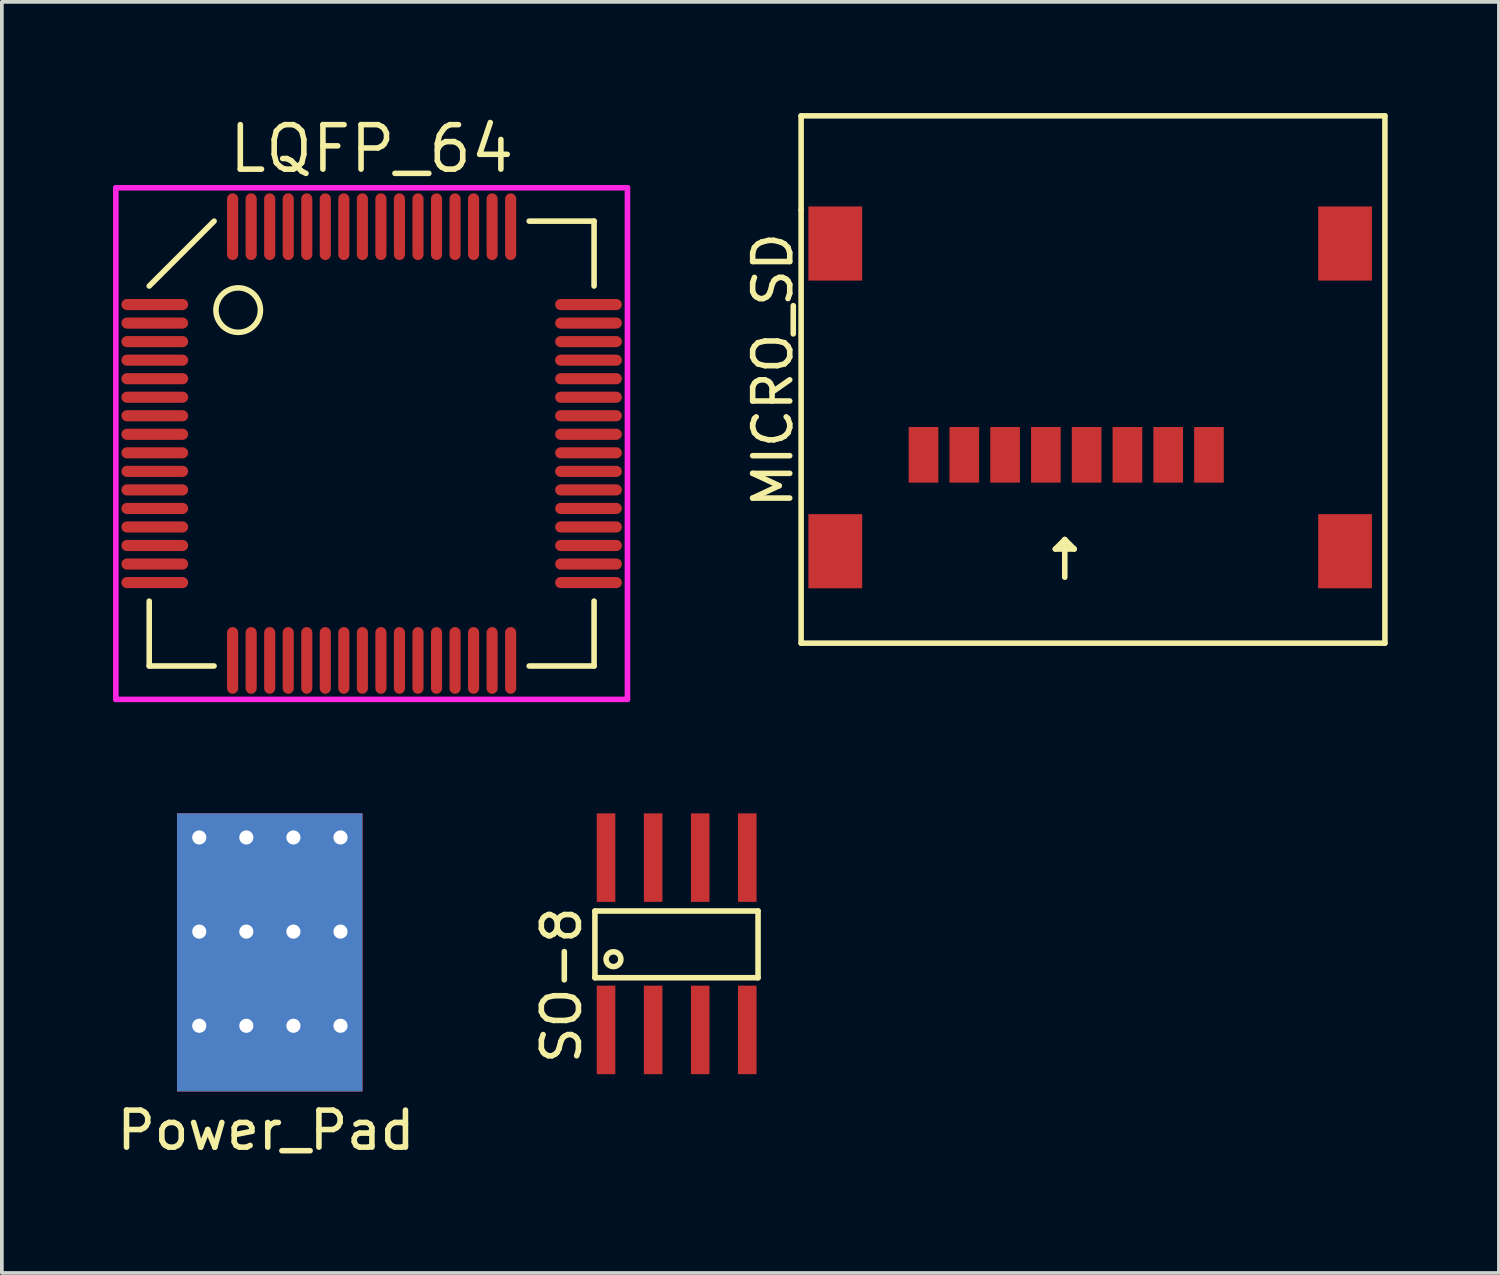
<source format=kicad_pcb>
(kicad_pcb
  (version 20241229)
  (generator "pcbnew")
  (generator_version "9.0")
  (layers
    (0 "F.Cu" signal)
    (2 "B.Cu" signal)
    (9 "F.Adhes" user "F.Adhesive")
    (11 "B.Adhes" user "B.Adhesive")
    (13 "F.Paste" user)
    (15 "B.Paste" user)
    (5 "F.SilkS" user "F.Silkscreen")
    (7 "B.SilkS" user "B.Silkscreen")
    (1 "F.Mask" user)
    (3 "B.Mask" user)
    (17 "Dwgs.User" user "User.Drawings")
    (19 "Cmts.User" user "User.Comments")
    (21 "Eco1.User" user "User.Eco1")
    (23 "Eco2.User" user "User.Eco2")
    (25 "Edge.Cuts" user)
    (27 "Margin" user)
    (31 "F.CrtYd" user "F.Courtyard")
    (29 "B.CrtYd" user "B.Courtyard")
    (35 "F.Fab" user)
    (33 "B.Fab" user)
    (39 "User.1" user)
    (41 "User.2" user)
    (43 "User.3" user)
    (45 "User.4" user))
  (footprint "Power_Pad"
    (layer "F.Cu")
    (at 4.225 22.64)
    (property "Reference" "Power_Pad" (at -0.1 4.8 0) (layer "F.SilkS") (effects (font (size 1 1) (thickness 0.15))))
    (attr through_hole)
    (pad "1" thru_hole circle (at -1.9 -3.1) (size 0.762 0.762) (drill 0.381) (layers "*.Cu" "*.Mask"))
    (pad "1" thru_hole circle (at -1.9 -0.56) (size 0.762 0.762) (drill 0.381) (layers "*.Cu" "*.Mask"))
    (pad "1" thru_hole circle (at -1.9 1.98) (size 0.762 0.762) (drill 0.381) (layers "*.Cu" "*.Mask"))
    (pad "1" thru_hole circle (at -0.63 -3.1) (size 0.762 0.762) (drill 0.381) (layers "*.Cu" "*.Mask"))
    (pad "1" thru_hole circle (at -0.63 -0.56) (size 0.762 0.762) (drill 0.381) (layers "*.Cu" "*.Mask"))
    (pad "1" thru_hole circle (at -0.63 1.98) (size 0.762 0.762) (drill 0.381) (layers "*.Cu" "*.Mask"))
    (pad "1" smd rect (at 0 0) (size 5 7.5) (layers "F.Cu" "F.Mask" "F.Paste"))
    (pad "1" smd rect (at 0 0) (size 5 7.5) (layers "F.Cu" "F.Mask" "F.Paste"))
    (pad "1" smd rect (at 0 0) (size 5 7.5) (layers "B.Cu" "B.Mask" "B.Paste"))
    (pad "1" thru_hole circle (at 0.64 -3.1) (size 0.762 0.762) (drill 0.381) (layers "*.Cu" "*.Mask"))
    (pad "1" thru_hole circle (at 0.64 -0.56) (size 0.762 0.762) (drill 0.381) (layers "*.Cu" "*.Mask"))
    (pad "1" thru_hole circle (at 0.64 1.98) (size 0.762 0.762) (drill 0.381) (layers "*.Cu" "*.Mask"))
    (pad "1" thru_hole circle (at 1.91 -3.1) (size 0.762 0.762) (drill 0.381) (layers "*.Cu" "*.Mask"))
    (pad "1" thru_hole circle (at 1.91 -0.56) (size 0.762 0.762) (drill 0.381) (layers "*.Cu" "*.Mask"))
    (pad "1" thru_hole circle (at 1.91 1.98) (size 0.762 0.762) (drill 0.381) (layers "*.Cu" "*.Mask")))
  (footprint "LQFP_64"
    (layer "F.Cu")
    (at 6.975 8.915)
    (property "Reference" "LQFP_64" (at 0 -7.95 0) (layer "F.SilkS") (effects (font (size 1.2 1.2) (thickness 0.15))))
    (attr through_hole)
    (fp_line (start -6 -4.25) (end -4.25 -6) (stroke (width 0.15) (type solid)) (layer "F.SilkS"))
    (fp_line (start -6 6) (end -6 4.25) (stroke (width 0.15) (type solid)) (layer "F.SilkS"))
    (fp_line (start -4.25 6) (end -6 6) (stroke (width 0.15) (type solid)) (layer "F.SilkS"))
    (fp_line (start 4.25 -6) (end 6 -6) (stroke (width 0.15) (type solid)) (layer "F.SilkS"))
    (fp_line (start 4.25 6) (end 6 6) (stroke (width 0.15) (type solid)) (layer "F.SilkS"))
    (fp_line (start 6 -6) (end 6 -4.25) (stroke (width 0.15) (type solid)) (layer "F.SilkS"))
    (fp_line (start 6 6) (end 6 4.25) (stroke (width 0.15) (type solid)) (layer "F.SilkS"))
    (fp_circle (center -3.6 -3.6) (end -3 -3.6) (stroke (width 0.15) (type solid)) (fill no) (layer "F.SilkS"))
    (fp_line (start -6.9 -6.9) (end 6.9 -6.9) (stroke (width 0.15) (type solid)) (layer "F.CrtYd"))
    (fp_line (start -6.9 6.9) (end -6.9 -6.9) (stroke (width 0.15) (type solid)) (layer "F.CrtYd"))
    (fp_line (start 6.9 -6.9) (end 6.9 6.9) (stroke (width 0.15) (type solid)) (layer "F.CrtYd"))
    (fp_line (start 6.9 6.9) (end -6.9 6.9) (stroke (width 0.15) (type solid)) (layer "F.CrtYd"))
    (pad "1" smd oval (at -5.85 -3.75 90) (size 0.3 1.8) (layers "F.Cu" "F.Mask" "F.Paste"))
    (pad "2" smd oval (at -5.85 -3.25 90) (size 0.3 1.8) (layers "F.Cu" "F.Mask" "F.Paste"))
    (pad "3" smd oval (at -5.85 -2.75 90) (size 0.3 1.8) (layers "F.Cu" "F.Mask" "F.Paste"))
    (pad "4" smd oval (at -5.85 -2.25 90) (size 0.3 1.8) (layers "F.Cu" "F.Mask" "F.Paste"))
    (pad "5" smd oval (at -5.85 -1.75 90) (size 0.3 1.8) (layers "F.Cu" "F.Mask" "F.Paste"))
    (pad "6" smd oval (at -5.85 -1.25 90) (size 0.3 1.8) (layers "F.Cu" "F.Mask" "F.Paste"))
    (pad "7" smd oval (at -5.85 -0.75 90) (size 0.3 1.8) (layers "F.Cu" "F.Mask" "F.Paste"))
    (pad "8" smd oval (at -5.85 -0.25 90) (size 0.3 1.8) (layers "F.Cu" "F.Mask" "F.Paste"))
    (pad "9" smd oval (at -5.85 0.25 90) (size 0.3 1.8) (layers "F.Cu" "F.Mask" "F.Paste"))
    (pad "10" smd oval (at -5.85 0.75 90) (size 0.3 1.8) (layers "F.Cu" "F.Mask" "F.Paste"))
    (pad "11" smd oval (at -5.85 1.25 90) (size 0.3 1.8) (layers "F.Cu" "F.Mask" "F.Paste"))
    (pad "12" smd oval (at -5.85 1.75 90) (size 0.3 1.8) (layers "F.Cu" "F.Mask" "F.Paste"))
    (pad "13" smd oval (at -5.85 2.25 90) (size 0.3 1.8) (layers "F.Cu" "F.Mask" "F.Paste"))
    (pad "14" smd oval (at -5.85 2.75 90) (size 0.3 1.8) (layers "F.Cu" "F.Mask" "F.Paste"))
    (pad "15" smd oval (at -5.85 3.25 90) (size 0.3 1.8) (layers "F.Cu" "F.Mask" "F.Paste"))
    (pad "16" smd oval (at -5.85 3.75 90) (size 0.3 1.8) (layers "F.Cu" "F.Mask" "F.Paste"))
    (pad "17" smd oval (at -3.75 5.85) (size 0.3 1.8) (layers "F.Cu" "F.Mask" "F.Paste"))
    (pad "18" smd oval (at -3.25 5.85) (size 0.3 1.8) (layers "F.Cu" "F.Mask" "F.Paste"))
    (pad "19" smd oval (at -2.75 5.85) (size 0.3 1.8) (layers "F.Cu" "F.Mask" "F.Paste"))
    (pad "20" smd oval (at -2.25 5.85) (size 0.3 1.8) (layers "F.Cu" "F.Mask" "F.Paste"))
    (pad "21" smd oval (at -1.75 5.85) (size 0.3 1.8) (layers "F.Cu" "F.Mask" "F.Paste"))
    (pad "22" smd oval (at -1.25 5.85) (size 0.3 1.8) (layers "F.Cu" "F.Mask" "F.Paste"))
    (pad "23" smd oval (at -0.75 5.85) (size 0.3 1.8) (layers "F.Cu" "F.Mask" "F.Paste"))
    (pad "24" smd oval (at -0.25 5.85) (size 0.3 1.8) (layers "F.Cu" "F.Mask" "F.Paste"))
    (pad "25" smd oval (at 0.25 5.85) (size 0.3 1.8) (layers "F.Cu" "F.Mask" "F.Paste"))
    (pad "26" smd oval (at 0.75 5.85) (size 0.3 1.8) (layers "F.Cu" "F.Mask" "F.Paste"))
    (pad "27" smd oval (at 1.25 5.85) (size 0.3 1.8) (layers "F.Cu" "F.Mask" "F.Paste"))
    (pad "28" smd oval (at 1.75 5.85) (size 0.3 1.8) (layers "F.Cu" "F.Mask" "F.Paste"))
    (pad "29" smd oval (at 2.25 5.85) (size 0.3 1.8) (layers "F.Cu" "F.Mask" "F.Paste"))
    (pad "30" smd oval (at 2.75 5.85) (size 0.3 1.8) (layers "F.Cu" "F.Mask" "F.Paste"))
    (pad "31" smd oval (at 3.25 5.85) (size 0.3 1.8) (layers "F.Cu" "F.Mask" "F.Paste"))
    (pad "32" smd oval (at 3.75 5.85) (size 0.3 1.8) (layers "F.Cu" "F.Mask" "F.Paste"))
    (pad "33" smd oval (at 5.85 3.75 90) (size 0.3 1.8) (layers "F.Cu" "F.Mask" "F.Paste"))
    (pad "34" smd oval (at 5.85 3.25 90) (size 0.3 1.8) (layers "F.Cu" "F.Mask" "F.Paste"))
    (pad "35" smd oval (at 5.85 2.75 90) (size 0.3 1.8) (layers "F.Cu" "F.Mask" "F.Paste"))
    (pad "36" smd oval (at 5.85 2.25 90) (size 0.3 1.8) (layers "F.Cu" "F.Mask" "F.Paste"))
    (pad "37" smd oval (at 5.85 1.75 90) (size 0.3 1.8) (layers "F.Cu" "F.Mask" "F.Paste"))
    (pad "38" smd oval (at 5.85 1.25 90) (size 0.3 1.8) (layers "F.Cu" "F.Mask" "F.Paste"))
    (pad "39" smd oval (at 5.85 0.75 90) (size 0.3 1.8) (layers "F.Cu" "F.Mask" "F.Paste"))
    (pad "40" smd oval (at 5.85 0.25 90) (size 0.3 1.8) (layers "F.Cu" "F.Mask" "F.Paste"))
    (pad "41" smd oval (at 5.85 -0.25 90) (size 0.3 1.8) (layers "F.Cu" "F.Mask" "F.Paste"))
    (pad "42" smd oval (at 5.85 -0.75 90) (size 0.3 1.8) (layers "F.Cu" "F.Mask" "F.Paste"))
    (pad "43" smd oval (at 5.85 -1.25 90) (size 0.3 1.8) (layers "F.Cu" "F.Mask" "F.Paste"))
    (pad "44" smd oval (at 5.85 -1.75 90) (size 0.3 1.8) (layers "F.Cu" "F.Mask" "F.Paste"))
    (pad "45" smd oval (at 5.85 -2.25 90) (size 0.3 1.8) (layers "F.Cu" "F.Mask" "F.Paste"))
    (pad "46" smd oval (at 5.85 -2.75 90) (size 0.3 1.8) (layers "F.Cu" "F.Mask" "F.Paste"))
    (pad "47" smd oval (at 5.85 -3.25 90) (size 0.3 1.8) (layers "F.Cu" "F.Mask" "F.Paste"))
    (pad "48" smd oval (at 5.85 -3.75 90) (size 0.3 1.8) (layers "F.Cu" "F.Mask" "F.Paste"))
    (pad "49" smd oval (at 3.75 -5.85) (size 0.3 1.8) (layers "F.Cu" "F.Mask" "F.Paste"))
    (pad "50" smd oval (at 3.25 -5.85) (size 0.3 1.8) (layers "F.Cu" "F.Mask" "F.Paste"))
    (pad "51" smd oval (at 2.75 -5.85) (size 0.3 1.8) (layers "F.Cu" "F.Mask" "F.Paste"))
    (pad "52" smd oval (at 2.25 -5.85) (size 0.3 1.8) (layers "F.Cu" "F.Mask" "F.Paste"))
    (pad "53" smd oval (at 1.75 -5.85) (size 0.3 1.8) (layers "F.Cu" "F.Mask" "F.Paste"))
    (pad "54" smd oval (at 1.25 -5.85) (size 0.3 1.8) (layers "F.Cu" "F.Mask" "F.Paste"))
    (pad "55" smd oval (at 0.75 -5.85) (size 0.3 1.8) (layers "F.Cu" "F.Mask" "F.Paste"))
    (pad "56" smd oval (at 0.25 -5.85) (size 0.3 1.8) (layers "F.Cu" "F.Mask" "F.Paste"))
    (pad "57" smd oval (at -0.25 -5.85) (size 0.3 1.8) (layers "F.Cu" "F.Mask" "F.Paste"))
    (pad "58" smd oval (at -0.75 -5.85) (size 0.3 1.8) (layers "F.Cu" "F.Mask" "F.Paste"))
    (pad "59" smd oval (at -1.25 -5.85) (size 0.3 1.8) (layers "F.Cu" "F.Mask" "F.Paste"))
    (pad "60" smd oval (at -1.75 -5.85) (size 0.3 1.8) (layers "F.Cu" "F.Mask" "F.Paste"))
    (pad "61" smd oval (at -2.25 -5.85) (size 0.3 1.8) (layers "F.Cu" "F.Mask" "F.Paste"))
    (pad "62" smd oval (at -2.75 -5.85) (size 0.3 1.8) (layers "F.Cu" "F.Mask" "F.Paste"))
    (pad "63" smd oval (at -3.25 -5.85) (size 0.3 1.8) (layers "F.Cu" "F.Mask" "F.Paste"))
    (pad "64" smd oval (at -3.75 -5.85) (size 0.3 1.8) (layers "F.Cu" "F.Mask" "F.Paste")))
  (footprint "MICRO_SD"
    (layer "F.Cu")
    (at 21.862 9.219)
    (property "Reference" "MICRO_SD" (at -4.064 -2.286 90) (layer "F.SilkS") (effects (font (size 1 1) (thickness 0.15))))
    (attr through_hole)
    (fp_line (start -3.302 -9.144) (end -3.302 -6.604) (stroke (width 0.15) (type solid)) (layer "F.SilkS"))
    (fp_line (start -3.302 -6.604) (end -3.302 5.08) (stroke (width 0.15) (type solid)) (layer "F.SilkS"))
    (fp_line (start -3.302 5.08) (end 12.446 5.08) (stroke (width 0.15) (type solid)) (layer "F.SilkS"))
    (fp_line (start 3.556 2.54) (end 4.064 2.54) (stroke (width 0.15) (type solid)) (layer "F.SilkS"))
    (fp_line (start 3.81 2.286) (end 3.556 2.54) (stroke (width 0.15) (type solid)) (layer "F.SilkS"))
    (fp_line (start 3.81 3.302) (end 3.81 2.286) (stroke (width 0.15) (type solid)) (layer "F.SilkS"))
    (fp_line (start 4.064 2.54) (end 3.81 2.286) (stroke (width 0.15) (type solid)) (layer "F.SilkS"))
    (fp_line (start 12.446 -9.144) (end -3.302 -9.144) (stroke (width 0.15) (type solid)) (layer "F.SilkS"))
    (fp_line (start 12.446 5.08) (end 12.446 -9.144) (stroke (width 0.15) (type solid)) (layer "F.SilkS"))
    (pad "1" smd rect (at 7.7 0) (size 0.8 1.5) (layers "F.Cu" "F.Mask" "F.Paste"))
    (pad "2" smd rect (at 6.6 0) (size 0.8 1.5) (layers "F.Cu" "F.Mask" "F.Paste"))
    (pad "3" smd rect (at 5.5 0) (size 0.8 1.5) (layers "F.Cu" "F.Mask" "F.Paste"))
    (pad "4" smd rect (at 4.4 0) (size 0.8 1.5) (layers "F.Cu" "F.Mask" "F.Paste"))
    (pad "5" smd rect (at 3.3 0) (size 0.8 1.5) (layers "F.Cu" "F.Mask" "F.Paste"))
    (pad "6" smd rect (at 2.2 0) (size 0.8 1.5) (layers "F.Cu" "F.Mask" "F.Paste"))
    (pad "7" smd rect (at 1.1 0) (size 0.8 1.5) (layers "F.Cu" "F.Mask" "F.Paste"))
    (pad "8" smd rect (at 0 0) (size 0.8 1.5) (layers "F.Cu" "F.Mask" "F.Paste"))
    (pad "9" smd rect (at -2.38 -5.7) (size 1.45 2) (layers "F.Cu" "F.Mask" "F.Paste"))
    (pad "9" smd rect (at -2.38 2.6) (size 1.45 2) (layers "F.Cu" "F.Mask" "F.Paste"))
    (pad "9" smd rect (at 11.37 -5.7) (size 1.45 2) (layers "F.Cu" "F.Mask" "F.Paste"))
    (pad "9" smd rect (at 11.37 2.6) (size 1.45 2) (layers "F.Cu" "F.Mask" "F.Paste")))
  (footprint "SO-8"
    (layer "F.Cu")
    (at 13.298 22.624)
    (property "Reference" "SO-8" (at -1.2 0.9 90) (layer "F.SilkS") (effects (font (size 1 1) (thickness 0.15))))
    (attr through_hole)
    (fp_line (start -0.3 -1.1) (end 4.1 -1.1) (stroke (width 0.15) (type solid)) (layer "F.SilkS"))
    (fp_line (start -0.3 0.7) (end -0.3 -1.1) (stroke (width 0.15) (type solid)) (layer "F.SilkS"))
    (fp_line (start 4.1 -1.1) (end 4.1 0.7) (stroke (width 0.15) (type solid)) (layer "F.SilkS"))
    (fp_line (start 4.1 0.7) (end -0.3 0.7) (stroke (width 0.15) (type solid)) (layer "F.SilkS"))
    (fp_circle (center 0.2 0.2) (end 0.2 0.4) (stroke (width 0.15) (type solid)) (fill no) (layer "F.SilkS"))
    (pad "1" smd rect (at 0 2.108) (size 0.5 2.388) (layers "F.Cu" "F.Mask" "F.Paste"))
    (pad "2" smd rect (at 1.27 2.108) (size 0.5 2.388) (layers "F.Cu" "F.Mask" "F.Paste"))
    (pad "3" smd rect (at 2.54 2.108) (size 0.5 2.388) (layers "F.Cu" "F.Mask" "F.Paste"))
    (pad "4" smd rect (at 3.81 2.108) (size 0.5 2.388) (layers "F.Cu" "F.Mask" "F.Paste"))
    (pad "5" smd rect (at 3.81 -2.54) (size 0.5 2.388) (layers "F.Cu" "F.Mask" "F.Paste"))
    (pad "6" smd rect (at 2.54 -2.54) (size 0.5 2.388) (layers "F.Cu" "F.Mask" "F.Paste"))
    (pad "7" smd rect (at 1.27 -2.54) (size 0.5 2.388) (layers "F.Cu" "F.Mask" "F.Paste"))
    (pad "8" smd rect (at 0 -2.54) (size 0.5 2.388) (layers "F.Cu" "F.Mask" "F.Paste")))
  (gr_rect
    (start -3 -3)
    (end 37.383 31.288)
    (stroke (width 0.1) (type default))
    (fill no)
    (layer "Edge.Cuts")))
</source>
